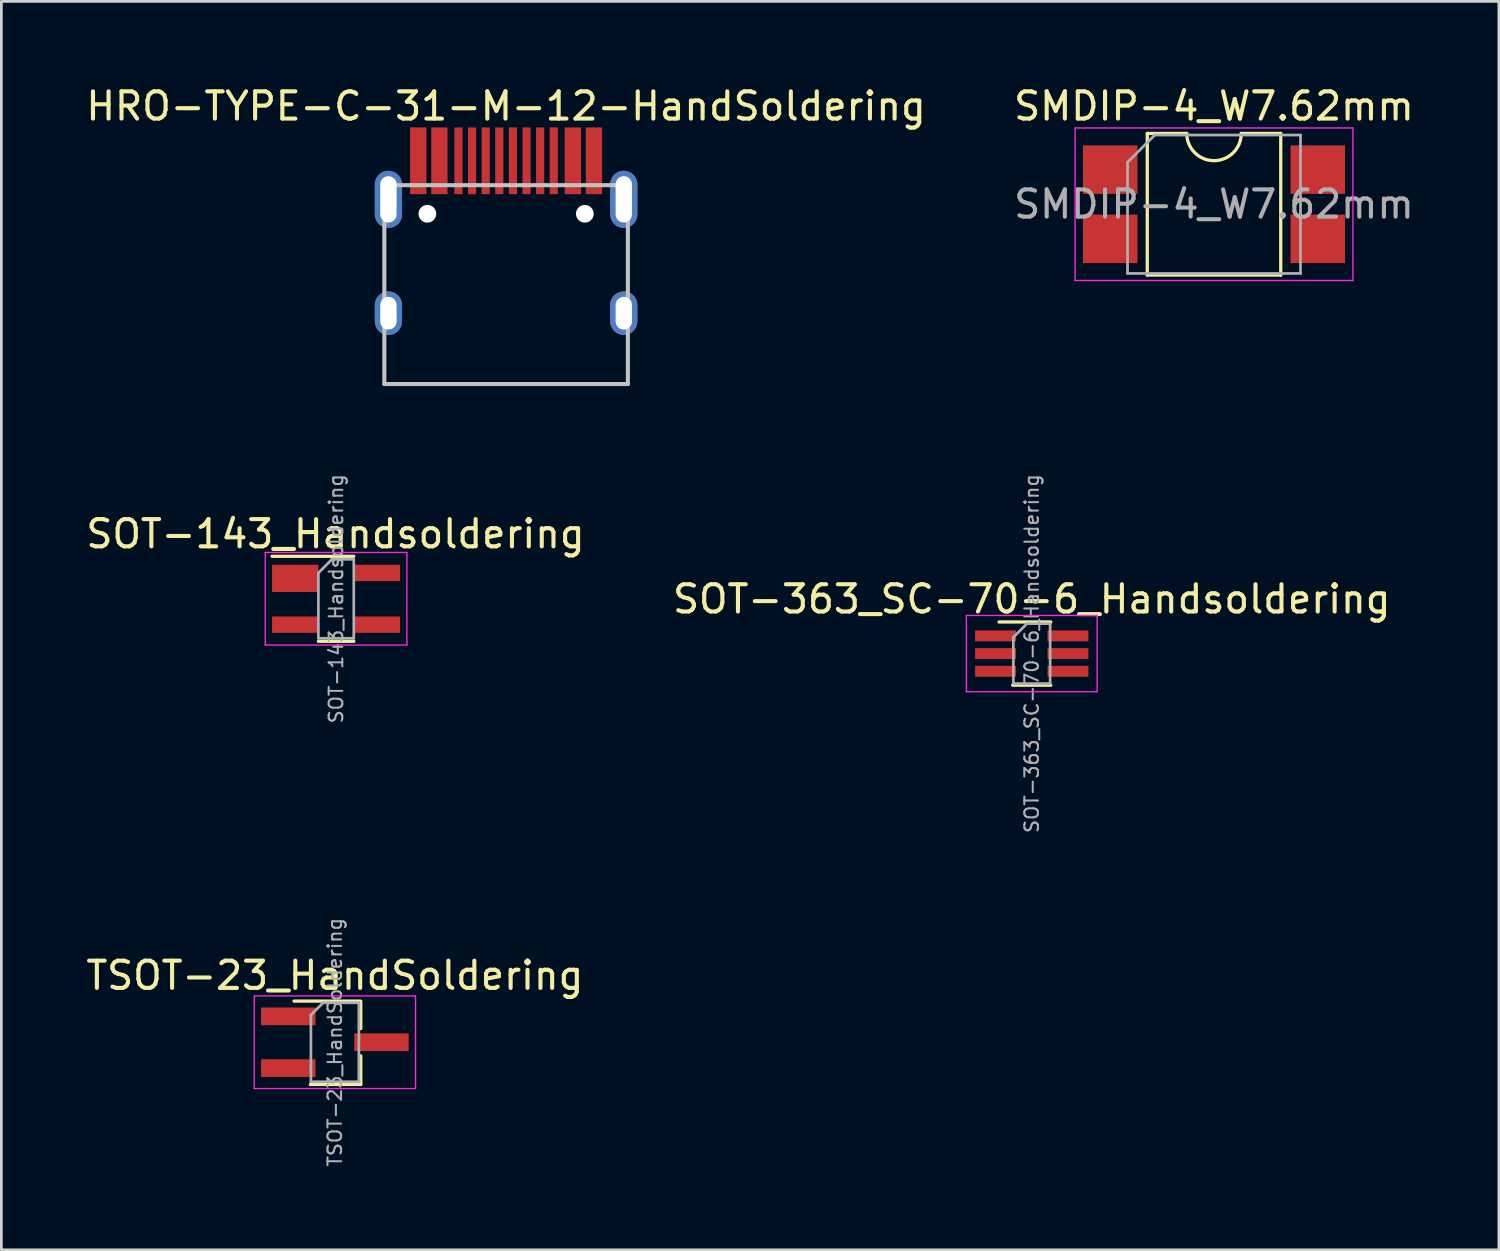
<source format=kicad_pcb>
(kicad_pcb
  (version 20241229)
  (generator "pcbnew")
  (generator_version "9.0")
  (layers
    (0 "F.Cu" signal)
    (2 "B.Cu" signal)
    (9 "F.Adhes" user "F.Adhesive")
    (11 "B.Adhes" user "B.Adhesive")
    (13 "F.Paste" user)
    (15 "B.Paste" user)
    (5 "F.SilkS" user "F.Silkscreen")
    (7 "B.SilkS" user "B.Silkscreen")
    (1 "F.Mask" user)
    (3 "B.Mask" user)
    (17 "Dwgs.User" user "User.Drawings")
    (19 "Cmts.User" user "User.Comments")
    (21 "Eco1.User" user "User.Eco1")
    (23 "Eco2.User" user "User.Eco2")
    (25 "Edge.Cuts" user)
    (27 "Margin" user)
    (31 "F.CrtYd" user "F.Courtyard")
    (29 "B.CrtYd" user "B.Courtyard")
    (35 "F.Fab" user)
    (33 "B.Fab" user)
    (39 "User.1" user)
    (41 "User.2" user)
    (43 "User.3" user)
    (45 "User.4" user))
  (footprint "SOT-143_Handsoldering"
    (layer "F.Cu")
    (at 9.288 18.932)
    (property "Reference" "SOT-143_Handsoldering" (at -0.02 -2.38 0) (layer "F.SilkS") (effects (font (size 1 1) (thickness 0.15))))
    (attr smd)
    (fp_line (start -0.65 1.56) (end 0.65 1.56) (stroke (width 0.12) (type solid)) (layer "F.SilkS"))
    (fp_line (start 0.65 -1.56) (end -2.35 -1.56) (stroke (width 0.12) (type solid)) (layer "F.SilkS"))
    (fp_line (start -2.6 1.7) (end -2.6 -1.7) (stroke (width 0.05) (type solid)) (layer "F.CrtYd"))
    (fp_line (start -2.6 1.7) (end 2.6 1.7) (stroke (width 0.05) (type solid)) (layer "F.CrtYd"))
    (fp_line (start 2.6 -1.7) (end -2.6 -1.7) (stroke (width 0.05) (type solid)) (layer "F.CrtYd"))
    (fp_line (start 2.6 -1.7) (end 2.6 1.7) (stroke (width 0.05) (type solid)) (layer "F.CrtYd"))
    (fp_line (start -0.65 -0.95) (end -0.15 -1.45) (stroke (width 0.1) (type solid)) (layer "F.Fab"))
    (fp_line (start -0.65 1.45) (end -0.65 -0.95) (stroke (width 0.1) (type solid)) (layer "F.Fab"))
    (fp_line (start -0.15 -1.45) (end 0.65 -1.45) (stroke (width 0.1) (type solid)) (layer "F.Fab"))
    (fp_line (start 0.65 -1.45) (end 0.65 1.45) (stroke (width 0.1) (type solid)) (layer "F.Fab"))
    (fp_line (start 0.65 1.45) (end -0.65 1.45) (stroke (width 0.1) (type solid)) (layer "F.Fab"))
    (fp_text user "${REFERENCE}" (at 0 0 90) (layer "F.Fab") (effects (font (size 0.5 0.5) (thickness 0.075))))
    (pad "1" smd rect (at -1.5 -0.75) (size 1.7 1) (layers "F.Cu" "F.Mask" "F.Paste"))
    (pad "2" smd rect (at -1.5 0.95) (size 1.7 0.6) (layers "F.Cu" "F.Mask" "F.Paste"))
    (pad "3" smd rect (at 1.5 0.95) (size 1.7 0.6) (layers "F.Cu" "F.Mask" "F.Paste"))
    (pad "4" smd rect (at 1.5 -0.95) (size 1.7 0.6) (layers "F.Cu" "F.Mask" "F.Paste")))
  (footprint "TSOT-23_HandSoldering"
    (layer "F.Cu")
    (at 9.244 35.212)
    (property "Reference" "TSOT-23_HandSoldering" (at 0 -2.45 0) (layer "F.SilkS") (effects (font (size 1 1) (thickness 0.15))))
    (attr smd)
    (fp_line (start 0.93 -1.51) (end -1.5 -1.51) (stroke (width 0.12) (type solid)) (layer "F.SilkS"))
    (fp_line (start 0.95 -1.5) (end 0.95 -0.5) (stroke (width 0.12) (type solid)) (layer "F.SilkS"))
    (fp_line (start 0.95 0.5) (end 0.95 1.55) (stroke (width 0.12) (type solid)) (layer "F.SilkS"))
    (fp_line (start 0.95 1.55) (end -0.9 1.55) (stroke (width 0.12) (type solid)) (layer "F.SilkS"))
    (fp_line (start -2.96 -1.7) (end -2.96 1.7) (stroke (width 0.05) (type solid)) (layer "F.CrtYd"))
    (fp_line (start -2.96 -1.7) (end 2.96 -1.7) (stroke (width 0.05) (type solid)) (layer "F.CrtYd"))
    (fp_line (start 2.96 1.7) (end -2.96 1.7) (stroke (width 0.05) (type solid)) (layer "F.CrtYd"))
    (fp_line (start 2.96 1.7) (end 2.96 -1.7) (stroke (width 0.05) (type solid)) (layer "F.CrtYd"))
    (fp_line (start -0.88 -1) (end -0.88 1.45) (stroke (width 0.1) (type solid)) (layer "F.Fab"))
    (fp_line (start -0.88 -1) (end -0.43 -1.45) (stroke (width 0.1) (type solid)) (layer "F.Fab"))
    (fp_line (start 0.88 -1.45) (end -0.43 -1.45) (stroke (width 0.1) (type solid)) (layer "F.Fab"))
    (fp_line (start 0.88 -1.45) (end 0.88 1.45) (stroke (width 0.1) (type solid)) (layer "F.Fab"))
    (fp_line (start 0.88 1.45) (end -0.88 1.45) (stroke (width 0.1) (type solid)) (layer "F.Fab"))
    (fp_text user "${REFERENCE}" (at 0 0 90) (layer "F.Fab") (effects (font (size 0.5 0.5) (thickness 0.075))))
    (pad "1" smd rect (at -1.71 -0.95) (size 2 0.65) (layers "F.Cu" "F.Mask" "F.Paste"))
    (pad "2" smd rect (at -1.71 0.95) (size 2 0.65) (layers "F.Cu" "F.Mask" "F.Paste"))
    (pad "3" smd rect (at 1.71 0) (size 2 0.65) (layers "F.Cu" "F.Mask" "F.Paste")))
  (footprint "HRO-TYPE-C-31-M-12-HandSoldering"
    (layer "F.Cu")
    (at 15.53 11.048)
    (property "Reference" "HRO-TYPE-C-31-M-12-HandSoldering" (at 0 -10.2 0) (layer "F.SilkS") (effects (font (size 1 1) (thickness 0.15))))
    (attr smd)
    (fp_line (start -4.47 -7.3) (end 4.47 -7.3) (stroke (width 0.15) (type solid)) (layer "Dwgs.User"))
    (fp_line (start -4.47 0) (end -4.47 -7.3) (stroke (width 0.15) (type solid)) (layer "Dwgs.User"))
    (fp_line (start -4.47 0) (end 4.47 0) (stroke (width 0.15) (type solid)) (layer "Dwgs.User"))
    (fp_line (start 4.47 0) (end 4.47 -7.3) (stroke (width 0.15) (type solid)) (layer "Dwgs.User"))
    (pad "" np_thru_hole circle (at -2.89 -6.25) (size 0.65 0.65) (drill 0.65) (layers "*.Cu" "*.Mask"))
    (pad "" np_thru_hole circle (at 2.89 -6.25) (size 0.65 0.65) (drill 0.65) (layers "*.Cu" "*.Mask"))
    (pad "1" smd rect (at -3.225 -8.195) (size 0.6 2.45) (layers "F.Cu" "F.Mask" "F.Paste"))
    (pad "2" smd rect (at -2.45 -8.195) (size 0.6 2.45) (layers "F.Cu" "F.Mask" "F.Paste"))
    (pad "3" smd rect (at -1.75 -8.195) (size 0.3 2.45) (layers "F.Cu" "F.Mask" "F.Paste"))
    (pad "4" smd rect (at -1.25 -8.195) (size 0.3 2.45) (layers "F.Cu" "F.Mask" "F.Paste"))
    (pad "5" smd rect (at -0.75 -8.195) (size 0.3 2.45) (layers "F.Cu" "F.Mask" "F.Paste"))
    (pad "6" smd rect (at -0.25 -8.195) (size 0.3 2.45) (layers "F.Cu" "F.Mask" "F.Paste"))
    (pad "7" smd rect (at 0.25 -8.195) (size 0.3 2.45) (layers "F.Cu" "F.Mask" "F.Paste"))
    (pad "8" smd rect (at 0.75 -8.195) (size 0.3 2.45) (layers "F.Cu" "F.Mask" "F.Paste"))
    (pad "9" smd rect (at 1.25 -8.195) (size 0.3 2.45) (layers "F.Cu" "F.Mask" "F.Paste"))
    (pad "10" smd rect (at 1.75 -8.195) (size 0.3 2.45) (layers "F.Cu" "F.Mask" "F.Paste"))
    (pad "11" smd rect (at 2.45 -8.195) (size 0.6 2.45) (layers "F.Cu" "F.Mask" "F.Paste"))
    (pad "12" smd rect (at 3.225 -8.195) (size 0.6 2.45) (layers "F.Cu" "F.Mask" "F.Paste"))
    (pad "13" thru_hole oval (at -4.32 -6.78) (size 1 2.1) (drill oval 0.6 1.7) (layers "*.Cu" "B.Mask"))
    (pad "13" thru_hole oval (at -4.32 -2.6) (size 1 1.6) (drill oval 0.6 1.2) (layers "*.Cu" "B.Mask"))
    (pad "13" thru_hole oval (at 4.32 -6.78) (size 1 2.1) (drill oval 0.6 1.7) (layers "*.Cu" "B.Mask"))
    (pad "13" thru_hole oval (at 4.32 -2.6) (size 1 1.6) (drill oval 0.6 1.2) (layers "*.Cu" "B.Mask")))
  (footprint "SOT-363_SC-70-6_Handsoldering"
    (layer "F.Cu")
    (at 34.827 20.944)
    (property "Reference" "SOT-363_SC-70-6_Handsoldering" (at 0 -2 0) (layer "F.SilkS") (effects (font (size 1 1) (thickness 0.15))))
    (attr smd)
    (fp_line (start -0.7 1.16) (end 0.7 1.16) (stroke (width 0.12) (type solid)) (layer "F.SilkS"))
    (fp_line (start 0.7 -1.16) (end -1.2 -1.16) (stroke (width 0.12) (type solid)) (layer "F.SilkS"))
    (fp_line (start -2.4 -1.4) (end -2.4 1.4) (stroke (width 0.05) (type solid)) (layer "F.CrtYd"))
    (fp_line (start -2.4 -1.4) (end 2.4 -1.4) (stroke (width 0.05) (type solid)) (layer "F.CrtYd"))
    (fp_line (start -2.4 1.4) (end 2.4 1.4) (stroke (width 0.05) (type solid)) (layer "F.CrtYd"))
    (fp_line (start 2.4 1.4) (end 2.4 -1.4) (stroke (width 0.05) (type solid)) (layer "F.CrtYd"))
    (fp_line (start -0.675 -0.6) (end -0.675 1.1) (stroke (width 0.1) (type solid)) (layer "F.Fab"))
    (fp_line (start -0.175 -1.1) (end -0.675 -0.6) (stroke (width 0.1) (type solid)) (layer "F.Fab"))
    (fp_line (start 0.675 -1.1) (end -0.175 -1.1) (stroke (width 0.1) (type solid)) (layer "F.Fab"))
    (fp_line (start 0.675 -1.1) (end 0.675 1.1) (stroke (width 0.1) (type solid)) (layer "F.Fab"))
    (fp_line (start 0.675 1.1) (end -0.675 1.1) (stroke (width 0.1) (type solid)) (layer "F.Fab"))
    (fp_text user "${REFERENCE}" (at 0 0 90) (layer "F.Fab") (effects (font (size 0.5 0.5) (thickness 0.075))))
    (pad "1" smd rect (at -1.33 -0.65) (size 1.5 0.4) (layers "F.Cu" "F.Mask" "F.Paste"))
    (pad "2" smd rect (at -1.33 0) (size 1.5 0.4) (layers "F.Cu" "F.Mask" "F.Paste"))
    (pad "3" smd rect (at -1.33 0.65) (size 1.5 0.4) (layers "F.Cu" "F.Mask" "F.Paste"))
    (pad "4" smd rect (at 1.33 0.65) (size 1.5 0.4) (layers "F.Cu" "F.Mask" "F.Paste"))
    (pad "5" smd rect (at 1.33 0) (size 1.5 0.4) (layers "F.Cu" "F.Mask" "F.Paste"))
    (pad "6" smd rect (at 1.33 -0.65) (size 1.5 0.4) (layers "F.Cu" "F.Mask" "F.Paste")))
  (footprint "SMDIP-4_W7.62mm"
    (layer "F.Cu")
    (at 41.518 4.448)
    (property "Reference" "SMDIP-4_W7.62mm" (at 0 -3.6 0) (layer "F.SilkS") (effects (font (size 1 1) (thickness 0.15))))
    (attr smd)
    (fp_line (start -2.45 -2.6) (end -2.45 2.6) (stroke (width 0.12) (type solid)) (layer "F.SilkS"))
    (fp_line (start -2.45 2.6) (end 2.45 2.6) (stroke (width 0.12) (type solid)) (layer "F.SilkS"))
    (fp_line (start -1 -2.6) (end -2.45 -2.6) (stroke (width 0.12) (type solid)) (layer "F.SilkS"))
    (fp_line (start 2.45 -2.6) (end 1 -2.6) (stroke (width 0.12) (type solid)) (layer "F.SilkS"))
    (fp_line (start 2.45 2.6) (end 2.45 -2.6) (stroke (width 0.12) (type solid)) (layer "F.SilkS"))
    (fp_arc (start 1 -2.6) (mid 0 -1.6) (end -1 -2.6) (stroke (width 0.12) (type solid)) (layer "F.SilkS"))
    (fp_line (start -5.1 -2.8) (end -5.1 2.8) (stroke (width 0.05) (type solid)) (layer "F.CrtYd"))
    (fp_line (start -5.1 2.8) (end 5.1 2.8) (stroke (width 0.05) (type solid)) (layer "F.CrtYd"))
    (fp_line (start 5.1 -2.8) (end -5.1 -2.8) (stroke (width 0.05) (type solid)) (layer "F.CrtYd"))
    (fp_line (start 5.1 2.8) (end 5.1 -2.8) (stroke (width 0.05) (type solid)) (layer "F.CrtYd"))
    (fp_line (start -3.175 -1.54) (end -2.175 -2.54) (stroke (width 0.1) (type solid)) (layer "F.Fab"))
    (fp_line (start -3.175 2.54) (end -3.175 -1.54) (stroke (width 0.1) (type solid)) (layer "F.Fab"))
    (fp_line (start -2.175 -2.54) (end 3.175 -2.54) (stroke (width 0.1) (type solid)) (layer "F.Fab"))
    (fp_line (start 3.175 -2.54) (end 3.175 2.54) (stroke (width 0.1) (type solid)) (layer "F.Fab"))
    (fp_line (start 3.175 2.54) (end -3.175 2.54) (stroke (width 0.1) (type solid)) (layer "F.Fab"))
    (fp_text user "${REFERENCE}" (at 0 0 0) (layer "F.Fab") (effects (font (size 1 1) (thickness 0.15))))
    (pad "1" smd rect (at -3.81 -1.27) (size 2 1.78) (layers "F.Cu" "F.Mask" "F.Paste"))
    (pad "2" smd rect (at -3.81 1.27) (size 2 1.78) (layers "F.Cu" "F.Mask" "F.Paste"))
    (pad "3" smd rect (at 3.81 1.27) (size 2 1.78) (layers "F.Cu" "F.Mask" "F.Paste"))
    (pad "4" smd rect (at 3.81 -1.27) (size 2 1.78) (layers "F.Cu" "F.Mask" "F.Paste")))
  (gr_rect
    (start -3 -3)
    (end 51.976 42.834)
    (stroke (width 0.1) (type default))
    (fill no)
    (layer "Edge.Cuts")))
</source>
